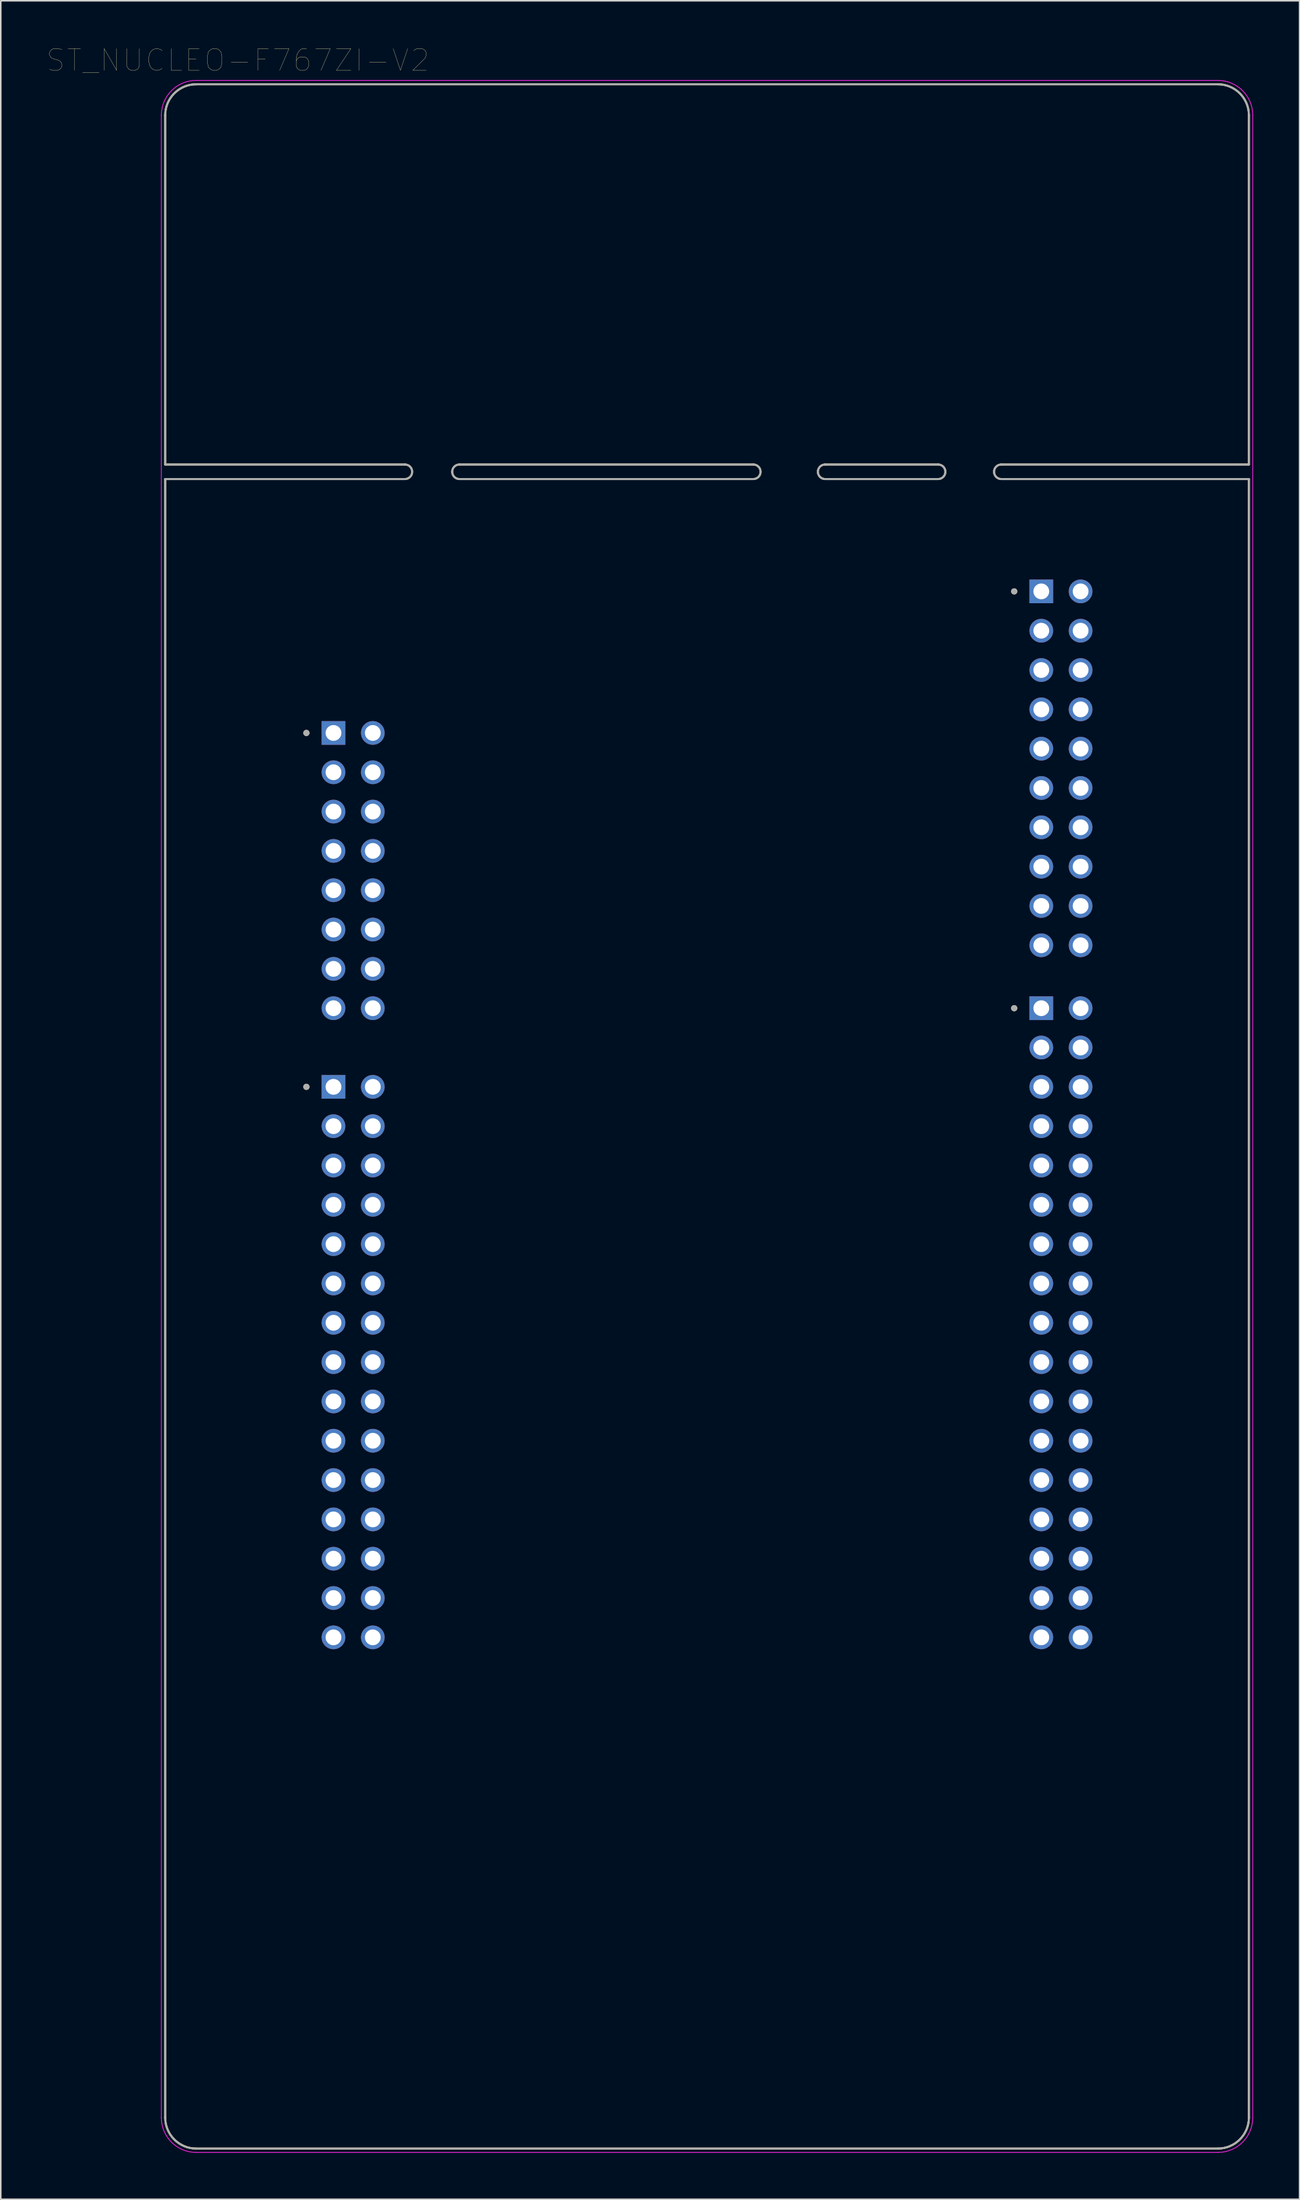
<source format=kicad_pcb>
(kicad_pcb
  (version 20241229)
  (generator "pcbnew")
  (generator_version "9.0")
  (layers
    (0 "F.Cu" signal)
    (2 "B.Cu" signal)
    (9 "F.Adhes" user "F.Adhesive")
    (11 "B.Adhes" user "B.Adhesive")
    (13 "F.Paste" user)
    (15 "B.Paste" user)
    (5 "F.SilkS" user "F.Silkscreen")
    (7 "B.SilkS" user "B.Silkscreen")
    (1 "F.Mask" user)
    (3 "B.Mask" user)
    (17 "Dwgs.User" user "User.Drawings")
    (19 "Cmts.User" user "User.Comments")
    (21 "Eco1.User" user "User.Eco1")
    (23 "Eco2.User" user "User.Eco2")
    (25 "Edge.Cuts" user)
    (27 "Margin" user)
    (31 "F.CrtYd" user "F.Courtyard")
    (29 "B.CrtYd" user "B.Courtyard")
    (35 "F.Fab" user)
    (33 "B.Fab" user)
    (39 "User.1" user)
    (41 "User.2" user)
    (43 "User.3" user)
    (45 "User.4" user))
  (footprint "ST_NUCLEO-F767ZI-V2"
    (layer "F.Cu")
    (at 42.621 69.064)
    (property "Reference" "ST_NUCLEO-F767ZI-V2" (at -30.305 -68.219 0) (layer "F.SilkS") (effects (font (size 1.4 1.4) (thickness 0.015))))
    (attr through_hole)
    (fp_line (start -35 -64.67) (end -35 -42.11) (stroke (width 0.127) (type solid)) (layer "F.SilkS"))
    (fp_line (start -35 -42.11) (end -19.507 -42.11) (stroke (width 0.127) (type solid)) (layer "F.SilkS"))
    (fp_line (start -35 -41.17) (end -35 64.67) (stroke (width 0.127) (type solid)) (layer "F.SilkS"))
    (fp_line (start -35 -41.17) (end -19.507 -41.17) (stroke (width 0.127) (type solid)) (layer "F.SilkS"))
    (fp_line (start -33 66.67) (end 33 66.67) (stroke (width 0.127) (type solid)) (layer "F.SilkS"))
    (fp_line (start -16.002 -42.11) (end 2.997 -42.11) (stroke (width 0.127) (type solid)) (layer "F.SilkS"))
    (fp_line (start -16.002 -41.17) (end 2.997 -41.17) (stroke (width 0.127) (type solid)) (layer "F.SilkS"))
    (fp_line (start 7.62 -42.11) (end 14.935 -42.11) (stroke (width 0.127) (type solid)) (layer "F.SilkS"))
    (fp_line (start 7.62 -41.17) (end 14.935 -41.17) (stroke (width 0.127) (type solid)) (layer "F.SilkS"))
    (fp_line (start 18.999 -42.11) (end 35 -42.11) (stroke (width 0.127) (type solid)) (layer "F.SilkS"))
    (fp_line (start 18.999 -41.17) (end 35 -41.17) (stroke (width 0.127) (type solid)) (layer "F.SilkS"))
    (fp_line (start 33 -66.67) (end -33 -66.67) (stroke (width 0.127) (type solid)) (layer "F.SilkS"))
    (fp_line (start 35 -42.11) (end 35 -64.67) (stroke (width 0.127) (type solid)) (layer "F.SilkS"))
    (fp_line (start 35 64.67) (end 35 -41.17) (stroke (width 0.127) (type solid)) (layer "F.SilkS"))
    (fp_arc (start -35 -64.67) (mid -34.414214 -66.084214) (end -33 -66.67) (stroke (width 0.127) (type solid)) (layer "F.SilkS"))
    (fp_arc (start -33 66.67) (mid -34.414214 66.084214) (end -35 64.67) (stroke (width 0.127) (type solid)) (layer "F.SilkS"))
    (fp_arc (start -19.507199 -42.11) (mid -19.044602 -41.64) (end -19.5072 -41.17) (stroke (width 0.127) (type solid)) (layer "F.SilkS"))
    (fp_arc (start -16.002001 -41.17) (mid -16.464598 -41.64) (end -16.002 -42.11) (stroke (width 0.127) (type solid)) (layer "F.SilkS"))
    (fp_arc (start 2.997201 -42.11) (mid 3.459798 -41.64) (end 2.9972 -41.17) (stroke (width 0.127) (type solid)) (layer "F.SilkS"))
    (fp_arc (start 7.619999 -41.17) (mid 7.157402 -41.64) (end 7.62 -42.11) (stroke (width 0.127) (type solid)) (layer "F.SilkS"))
    (fp_arc (start 14.935201 -42.11) (mid 15.397798 -41.64) (end 14.9352 -41.17) (stroke (width 0.127) (type solid)) (layer "F.SilkS"))
    (fp_arc (start 18.999199 -41.17) (mid 18.536602 -41.64) (end 18.9992 -42.11) (stroke (width 0.127) (type solid)) (layer "F.SilkS"))
    (fp_arc (start 33 -66.67) (mid 34.414214 -66.084214) (end 35 -64.67) (stroke (width 0.127) (type solid)) (layer "F.SilkS"))
    (fp_arc (start 35 64.67) (mid 34.414214 66.084214) (end 33 66.67) (stroke (width 0.127) (type solid)) (layer "F.SilkS"))
    (fp_circle (center -25.88 -24.77) (end -25.78 -24.77) (stroke (width 0.2) (type solid)) (fill no) (layer "F.SilkS"))
    (fp_circle (center -25.88 -1.91) (end -25.78 -1.91) (stroke (width 0.2) (type solid)) (fill no) (layer "F.SilkS"))
    (fp_circle (center 19.84 -33.914) (end 19.94 -33.914) (stroke (width 0.2) (type solid)) (fill no) (layer "F.SilkS"))
    (fp_circle (center 19.84 -6.99) (end 19.94 -6.99) (stroke (width 0.2) (type solid)) (fill no) (layer "F.SilkS"))
    (fp_line (start -35.25 -64.67) (end -35.25 64.67) (stroke (width 0.05) (type solid)) (layer "F.CrtYd"))
    (fp_line (start -33 66.92) (end 33 66.92) (stroke (width 0.05) (type solid)) (layer "F.CrtYd"))
    (fp_line (start 33 -66.92) (end -33 -66.92) (stroke (width 0.05) (type solid)) (layer "F.CrtYd"))
    (fp_line (start 35.25 64.67) (end 35.25 -64.67) (stroke (width 0.05) (type solid)) (layer "F.CrtYd"))
    (fp_arc (start -35.25 -64.67) (mid -34.59099 -66.26099) (end -33 -66.92) (stroke (width 0.05) (type solid)) (layer "F.CrtYd"))
    (fp_arc (start -33 66.92) (mid -34.59099 66.26099) (end -35.25 64.67) (stroke (width 0.05) (type solid)) (layer "F.CrtYd"))
    (fp_arc (start 33 -66.92) (mid 34.59099 -66.26099) (end 35.25 -64.67) (stroke (width 0.05) (type solid)) (layer "F.CrtYd"))
    (fp_arc (start 35.25 64.67) (mid 34.59099 66.26099) (end 33 66.92) (stroke (width 0.05) (type solid)) (layer "F.CrtYd"))
    (fp_line (start -35 -64.67) (end -35 -42.11) (stroke (width 0.127) (type solid)) (layer "F.Fab"))
    (fp_line (start -35 -42.11) (end -19.507 -42.11) (stroke (width 0.127) (type solid)) (layer "F.Fab"))
    (fp_line (start -35 -41.17) (end -35 64.67) (stroke (width 0.127) (type solid)) (layer "F.Fab"))
    (fp_line (start -35 -41.17) (end -19.507 -41.17) (stroke (width 0.127) (type solid)) (layer "F.Fab"))
    (fp_line (start -33 66.67) (end 33 66.67) (stroke (width 0.127) (type solid)) (layer "F.Fab"))
    (fp_line (start -16.002 -42.11) (end 2.997 -42.11) (stroke (width 0.127) (type solid)) (layer "F.Fab"))
    (fp_line (start -16.002 -41.17) (end 2.997 -41.17) (stroke (width 0.127) (type solid)) (layer "F.Fab"))
    (fp_line (start 7.62 -42.11) (end 14.935 -42.11) (stroke (width 0.127) (type solid)) (layer "F.Fab"))
    (fp_line (start 7.62 -41.17) (end 14.935 -41.17) (stroke (width 0.127) (type solid)) (layer "F.Fab"))
    (fp_line (start 18.999 -42.11) (end 35 -42.11) (stroke (width 0.127) (type solid)) (layer "F.Fab"))
    (fp_line (start 18.999 -41.17) (end 35 -41.17) (stroke (width 0.127) (type solid)) (layer "F.Fab"))
    (fp_line (start 33 -66.67) (end -33 -66.67) (stroke (width 0.127) (type solid)) (layer "F.Fab"))
    (fp_line (start 35 -42.11) (end 35 -64.67) (stroke (width 0.127) (type solid)) (layer "F.Fab"))
    (fp_line (start 35 64.67) (end 35 -41.17) (stroke (width 0.127) (type solid)) (layer "F.Fab"))
    (fp_arc (start -35 -64.67) (mid -34.414214 -66.084214) (end -33 -66.67) (stroke (width 0.127) (type solid)) (layer "F.Fab"))
    (fp_arc (start -33 66.67) (mid -34.414214 66.084214) (end -35 64.67) (stroke (width 0.127) (type solid)) (layer "F.Fab"))
    (fp_arc (start -19.507199 -42.11) (mid -19.044602 -41.64) (end -19.5072 -41.17) (stroke (width 0.127) (type solid)) (layer "F.Fab"))
    (fp_arc (start -16.002001 -41.17) (mid -16.464598 -41.64) (end -16.002 -42.11) (stroke (width 0.127) (type solid)) (layer "F.Fab"))
    (fp_arc (start 2.997201 -42.11) (mid 3.459798 -41.64) (end 2.9972 -41.17) (stroke (width 0.127) (type solid)) (layer "F.Fab"))
    (fp_arc (start 7.619999 -41.17) (mid 7.157402 -41.64) (end 7.62 -42.11) (stroke (width 0.127) (type solid)) (layer "F.Fab"))
    (fp_arc (start 14.935201 -42.11) (mid 15.397798 -41.64) (end 14.9352 -41.17) (stroke (width 0.127) (type solid)) (layer "F.Fab"))
    (fp_arc (start 18.999199 -41.17) (mid 18.536602 -41.64) (end 18.9992 -42.11) (stroke (width 0.127) (type solid)) (layer "F.Fab"))
    (fp_arc (start 33 -66.67) (mid 34.414214 -66.084214) (end 35 -64.67) (stroke (width 0.127) (type solid)) (layer "F.Fab"))
    (fp_arc (start 35 64.67) (mid 34.414214 66.084214) (end 33 66.67) (stroke (width 0.127) (type solid)) (layer "F.Fab"))
    (fp_circle (center -25.88 -24.77) (end -25.78 -24.77) (stroke (width 0.2) (type solid)) (fill no) (layer "F.Fab"))
    (fp_circle (center -25.88 -1.91) (end -25.78 -1.91) (stroke (width 0.2) (type solid)) (fill no) (layer "F.Fab"))
    (fp_circle (center 19.84 -33.914) (end 19.94 -33.914) (stroke (width 0.2) (type solid)) (fill no) (layer "F.Fab"))
    (fp_circle (center 19.84 -6.99) (end 19.94 -6.99) (stroke (width 0.2) (type solid)) (fill no) (layer "F.Fab"))
    (pad "CN7_1" thru_hole rect (at 21.59 -33.914) (size 1.53 1.53) (drill 1.02) (layers "*.Cu" "*.Mask"))
    (pad "CN7_2" thru_hole circle (at 24.13 -33.914) (size 1.53 1.53) (drill 1.02) (layers "*.Cu" "*.Mask"))
    (pad "CN7_3" thru_hole circle (at 21.59 -31.374) (size 1.53 1.53) (drill 1.02) (layers "*.Cu" "*.Mask"))
    (pad "CN7_4" thru_hole circle (at 24.13 -31.374) (size 1.53 1.53) (drill 1.02) (layers "*.Cu" "*.Mask"))
    (pad "CN7_5" thru_hole circle (at 21.59 -28.834) (size 1.53 1.53) (drill 1.02) (layers "*.Cu" "*.Mask"))
    (pad "CN7_6" thru_hole circle (at 24.13 -28.834) (size 1.53 1.53) (drill 1.02) (layers "*.Cu" "*.Mask"))
    (pad "CN7_7" thru_hole circle (at 21.59 -26.294) (size 1.53 1.53) (drill 1.02) (layers "*.Cu" "*.Mask"))
    (pad "CN7_8" thru_hole circle (at 24.13 -26.294) (size 1.53 1.53) (drill 1.02) (layers "*.Cu" "*.Mask"))
    (pad "CN7_9" thru_hole circle (at 21.59 -23.754) (size 1.53 1.53) (drill 1.02) (layers "*.Cu" "*.Mask"))
    (pad "CN7_10" thru_hole circle (at 24.13 -23.754) (size 1.53 1.53) (drill 1.02) (layers "*.Cu" "*.Mask"))
    (pad "CN7_11" thru_hole circle (at 21.59 -21.214) (size 1.53 1.53) (drill 1.02) (layers "*.Cu" "*.Mask"))
    (pad "CN7_12" thru_hole circle (at 24.13 -21.214) (size 1.53 1.53) (drill 1.02) (layers "*.Cu" "*.Mask"))
    (pad "CN7_13" thru_hole circle (at 21.59 -18.674) (size 1.53 1.53) (drill 1.02) (layers "*.Cu" "*.Mask"))
    (pad "CN7_14" thru_hole circle (at 24.13 -18.674) (size 1.53 1.53) (drill 1.02) (layers "*.Cu" "*.Mask"))
    (pad "CN7_15" thru_hole circle (at 21.59 -16.134) (size 1.53 1.53) (drill 1.02) (layers "*.Cu" "*.Mask"))
    (pad "CN7_16" thru_hole circle (at 24.13 -16.134) (size 1.53 1.53) (drill 1.02) (layers "*.Cu" "*.Mask"))
    (pad "CN7_17" thru_hole circle (at 21.59 -13.594) (size 1.53 1.53) (drill 1.02) (layers "*.Cu" "*.Mask"))
    (pad "CN7_18" thru_hole circle (at 24.13 -13.594) (size 1.53 1.53) (drill 1.02) (layers "*.Cu" "*.Mask"))
    (pad "CN7_19" thru_hole circle (at 21.59 -11.054) (size 1.53 1.53) (drill 1.02) (layers "*.Cu" "*.Mask"))
    (pad "CN7_20" thru_hole circle (at 24.13 -11.054) (size 1.53 1.53) (drill 1.02) (layers "*.Cu" "*.Mask"))
    (pad "CN8_1" thru_hole rect (at -24.13 -24.77) (size 1.53 1.53) (drill 1.02) (layers "*.Cu" "*.Mask"))
    (pad "CN8_2" thru_hole circle (at -21.59 -24.77) (size 1.53 1.53) (drill 1.02) (layers "*.Cu" "*.Mask"))
    (pad "CN8_3" thru_hole circle (at -24.13 -22.23) (size 1.53 1.53) (drill 1.02) (layers "*.Cu" "*.Mask"))
    (pad "CN8_4" thru_hole circle (at -21.59 -22.23) (size 1.53 1.53) (drill 1.02) (layers "*.Cu" "*.Mask"))
    (pad "CN8_5" thru_hole circle (at -24.13 -19.69) (size 1.53 1.53) (drill 1.02) (layers "*.Cu" "*.Mask"))
    (pad "CN8_6" thru_hole circle (at -21.59 -19.69) (size 1.53 1.53) (drill 1.02) (layers "*.Cu" "*.Mask"))
    (pad "CN8_7" thru_hole circle (at -24.13 -17.15) (size 1.53 1.53) (drill 1.02) (layers "*.Cu" "*.Mask"))
    (pad "CN8_8" thru_hole circle (at -21.59 -17.15) (size 1.53 1.53) (drill 1.02) (layers "*.Cu" "*.Mask"))
    (pad "CN8_9" thru_hole circle (at -24.13 -14.61) (size 1.53 1.53) (drill 1.02) (layers "*.Cu" "*.Mask"))
    (pad "CN8_10" thru_hole circle (at -21.59 -14.61) (size 1.53 1.53) (drill 1.02) (layers "*.Cu" "*.Mask"))
    (pad "CN8_11" thru_hole circle (at -24.13 -12.07) (size 1.53 1.53) (drill 1.02) (layers "*.Cu" "*.Mask"))
    (pad "CN8_12" thru_hole circle (at -21.59 -12.07) (size 1.53 1.53) (drill 1.02) (layers "*.Cu" "*.Mask"))
    (pad "CN8_13" thru_hole circle (at -24.13 -9.53) (size 1.53 1.53) (drill 1.02) (layers "*.Cu" "*.Mask"))
    (pad "CN8_14" thru_hole circle (at -21.59 -9.53) (size 1.53 1.53) (drill 1.02) (layers "*.Cu" "*.Mask"))
    (pad "CN8_15" thru_hole circle (at -24.13 -6.99) (size 1.53 1.53) (drill 1.02) (layers "*.Cu" "*.Mask"))
    (pad "CN8_16" thru_hole circle (at -21.59 -6.99) (size 1.53 1.53) (drill 1.02) (layers "*.Cu" "*.Mask"))
    (pad "CN9_1" thru_hole rect (at -24.13 -1.91) (size 1.53 1.53) (drill 1.02) (layers "*.Cu" "*.Mask"))
    (pad "CN9_2" thru_hole circle (at -21.59 -1.91) (size 1.53 1.53) (drill 1.02) (layers "*.Cu" "*.Mask"))
    (pad "CN9_3" thru_hole circle (at -24.13 0.63) (size 1.53 1.53) (drill 1.02) (layers "*.Cu" "*.Mask"))
    (pad "CN9_4" thru_hole circle (at -21.59 0.63) (size 1.53 1.53) (drill 1.02) (layers "*.Cu" "*.Mask"))
    (pad "CN9_5" thru_hole circle (at -24.13 3.17) (size 1.53 1.53) (drill 1.02) (layers "*.Cu" "*.Mask"))
    (pad "CN9_6" thru_hole circle (at -21.59 3.17) (size 1.53 1.53) (drill 1.02) (layers "*.Cu" "*.Mask"))
    (pad "CN9_7" thru_hole circle (at -24.13 5.71) (size 1.53 1.53) (drill 1.02) (layers "*.Cu" "*.Mask"))
    (pad "CN9_8" thru_hole circle (at -21.59 5.71) (size 1.53 1.53) (drill 1.02) (layers "*.Cu" "*.Mask"))
    (pad "CN9_9" thru_hole circle (at -24.13 8.25) (size 1.53 1.53) (drill 1.02) (layers "*.Cu" "*.Mask"))
    (pad "CN9_10" thru_hole circle (at -21.59 8.25) (size 1.53 1.53) (drill 1.02) (layers "*.Cu" "*.Mask"))
    (pad "CN9_11" thru_hole circle (at -24.13 10.79) (size 1.53 1.53) (drill 1.02) (layers "*.Cu" "*.Mask"))
    (pad "CN9_12" thru_hole circle (at -21.59 10.79) (size 1.53 1.53) (drill 1.02) (layers "*.Cu" "*.Mask"))
    (pad "CN9_13" thru_hole circle (at -24.13 13.33) (size 1.53 1.53) (drill 1.02) (layers "*.Cu" "*.Mask"))
    (pad "CN9_14" thru_hole circle (at -21.59 13.33) (size 1.53 1.53) (drill 1.02) (layers "*.Cu" "*.Mask"))
    (pad "CN9_15" thru_hole circle (at -24.13 15.87) (size 1.53 1.53) (drill 1.02) (layers "*.Cu" "*.Mask"))
    (pad "CN9_16" thru_hole circle (at -21.59 15.87) (size 1.53 1.53) (drill 1.02) (layers "*.Cu" "*.Mask"))
    (pad "CN9_17" thru_hole circle (at -24.13 18.41) (size 1.53 1.53) (drill 1.02) (layers "*.Cu" "*.Mask"))
    (pad "CN9_18" thru_hole circle (at -21.59 18.41) (size 1.53 1.53) (drill 1.02) (layers "*.Cu" "*.Mask"))
    (pad "CN9_19" thru_hole circle (at -24.13 20.95) (size 1.53 1.53) (drill 1.02) (layers "*.Cu" "*.Mask"))
    (pad "CN9_20" thru_hole circle (at -21.59 20.95) (size 1.53 1.53) (drill 1.02) (layers "*.Cu" "*.Mask"))
    (pad "CN9_21" thru_hole circle (at -24.13 23.49) (size 1.53 1.53) (drill 1.02) (layers "*.Cu" "*.Mask"))
    (pad "CN9_22" thru_hole circle (at -21.59 23.49) (size 1.53 1.53) (drill 1.02) (layers "*.Cu" "*.Mask"))
    (pad "CN9_23" thru_hole circle (at -24.13 26.03) (size 1.53 1.53) (drill 1.02) (layers "*.Cu" "*.Mask"))
    (pad "CN9_24" thru_hole circle (at -21.59 26.03) (size 1.53 1.53) (drill 1.02) (layers "*.Cu" "*.Mask"))
    (pad "CN9_25" thru_hole circle (at -24.13 28.57) (size 1.53 1.53) (drill 1.02) (layers "*.Cu" "*.Mask"))
    (pad "CN9_26" thru_hole circle (at -21.59 28.57) (size 1.53 1.53) (drill 1.02) (layers "*.Cu" "*.Mask"))
    (pad "CN9_27" thru_hole circle (at -24.13 31.11) (size 1.53 1.53) (drill 1.02) (layers "*.Cu" "*.Mask"))
    (pad "CN9_28" thru_hole circle (at -21.59 31.11) (size 1.53 1.53) (drill 1.02) (layers "*.Cu" "*.Mask"))
    (pad "CN9_29" thru_hole circle (at -24.13 33.65) (size 1.53 1.53) (drill 1.02) (layers "*.Cu" "*.Mask"))
    (pad "CN9_30" thru_hole circle (at -21.59 33.65) (size 1.53 1.53) (drill 1.02) (layers "*.Cu" "*.Mask"))
    (pad "CN10_1" thru_hole rect (at 21.59 -6.99) (size 1.53 1.53) (drill 1.02) (layers "*.Cu" "*.Mask"))
    (pad "CN10_2" thru_hole circle (at 24.13 -6.99) (size 1.53 1.53) (drill 1.02) (layers "*.Cu" "*.Mask"))
    (pad "CN10_3" thru_hole circle (at 21.59 -4.45) (size 1.53 1.53) (drill 1.02) (layers "*.Cu" "*.Mask"))
    (pad "CN10_4" thru_hole circle (at 24.13 -4.45) (size 1.53 1.53) (drill 1.02) (layers "*.Cu" "*.Mask"))
    (pad "CN10_5" thru_hole circle (at 21.59 -1.91) (size 1.53 1.53) (drill 1.02) (layers "*.Cu" "*.Mask"))
    (pad "CN10_6" thru_hole circle (at 24.13 -1.91) (size 1.53 1.53) (drill 1.02) (layers "*.Cu" "*.Mask"))
    (pad "CN10_7" thru_hole circle (at 21.59 0.63) (size 1.53 1.53) (drill 1.02) (layers "*.Cu" "*.Mask"))
    (pad "CN10_8" thru_hole circle (at 24.13 0.63) (size 1.53 1.53) (drill 1.02) (layers "*.Cu" "*.Mask"))
    (pad "CN10_9" thru_hole circle (at 21.59 3.17) (size 1.53 1.53) (drill 1.02) (layers "*.Cu" "*.Mask"))
    (pad "CN10_10" thru_hole circle (at 24.13 3.17) (size 1.53 1.53) (drill 1.02) (layers "*.Cu" "*.Mask"))
    (pad "CN10_11" thru_hole circle (at 21.59 5.71) (size 1.53 1.53) (drill 1.02) (layers "*.Cu" "*.Mask"))
    (pad "CN10_12" thru_hole circle (at 24.13 5.71) (size 1.53 1.53) (drill 1.02) (layers "*.Cu" "*.Mask"))
    (pad "CN10_13" thru_hole circle (at 21.59 8.25) (size 1.53 1.53) (drill 1.02) (layers "*.Cu" "*.Mask"))
    (pad "CN10_14" thru_hole circle (at 24.13 8.25) (size 1.53 1.53) (drill 1.02) (layers "*.Cu" "*.Mask"))
    (pad "CN10_15" thru_hole circle (at 21.59 10.79) (size 1.53 1.53) (drill 1.02) (layers "*.Cu" "*.Mask"))
    (pad "CN10_16" thru_hole circle (at 24.13 10.79) (size 1.53 1.53) (drill 1.02) (layers "*.Cu" "*.Mask"))
    (pad "CN10_17" thru_hole circle (at 21.59 13.33) (size 1.53 1.53) (drill 1.02) (layers "*.Cu" "*.Mask"))
    (pad "CN10_18" thru_hole circle (at 24.13 13.33) (size 1.53 1.53) (drill 1.02) (layers "*.Cu" "*.Mask"))
    (pad "CN10_19" thru_hole circle (at 21.59 15.87) (size 1.53 1.53) (drill 1.02) (layers "*.Cu" "*.Mask"))
    (pad "CN10_20" thru_hole circle (at 24.13 15.87) (size 1.53 1.53) (drill 1.02) (layers "*.Cu" "*.Mask"))
    (pad "CN10_21" thru_hole circle (at 21.59 18.41) (size 1.53 1.53) (drill 1.02) (layers "*.Cu" "*.Mask"))
    (pad "CN10_22" thru_hole circle (at 24.13 18.41) (size 1.53 1.53) (drill 1.02) (layers "*.Cu" "*.Mask"))
    (pad "CN10_23" thru_hole circle (at 21.59 20.95) (size 1.53 1.53) (drill 1.02) (layers "*.Cu" "*.Mask"))
    (pad "CN10_24" thru_hole circle (at 24.13 20.95) (size 1.53 1.53) (drill 1.02) (layers "*.Cu" "*.Mask"))
    (pad "CN10_25" thru_hole circle (at 21.59 23.49) (size 1.53 1.53) (drill 1.02) (layers "*.Cu" "*.Mask"))
    (pad "CN10_26" thru_hole circle (at 24.13 23.49) (size 1.53 1.53) (drill 1.02) (layers "*.Cu" "*.Mask"))
    (pad "CN10_27" thru_hole circle (at 21.59 26.03) (size 1.53 1.53) (drill 1.02) (layers "*.Cu" "*.Mask"))
    (pad "CN10_28" thru_hole circle (at 24.13 26.03) (size 1.53 1.53) (drill 1.02) (layers "*.Cu" "*.Mask"))
    (pad "CN10_29" thru_hole circle (at 21.59 28.57) (size 1.53 1.53) (drill 1.02) (layers "*.Cu" "*.Mask"))
    (pad "CN10_30" thru_hole circle (at 24.13 28.57) (size 1.53 1.53) (drill 1.02) (layers "*.Cu" "*.Mask"))
    (pad "CN10_31" thru_hole circle (at 21.59 31.11) (size 1.53 1.53) (drill 1.02) (layers "*.Cu" "*.Mask"))
    (pad "CN10_32" thru_hole circle (at 24.13 31.11) (size 1.53 1.53) (drill 1.02) (layers "*.Cu" "*.Mask"))
    (pad "CN10_33" thru_hole circle (at 21.59 33.65) (size 1.53 1.53) (drill 1.02) (layers "*.Cu" "*.Mask"))
    (pad "CN10_34" thru_hole circle (at 24.13 33.65) (size 1.53 1.53) (drill 1.02) (layers "*.Cu" "*.Mask")))
  (gr_rect
    (start -3 -3)
    (end 80.896 139.009)
    (stroke (width 0.1) (type default))
    (fill no)
    (layer "Edge.Cuts")))
</source>
